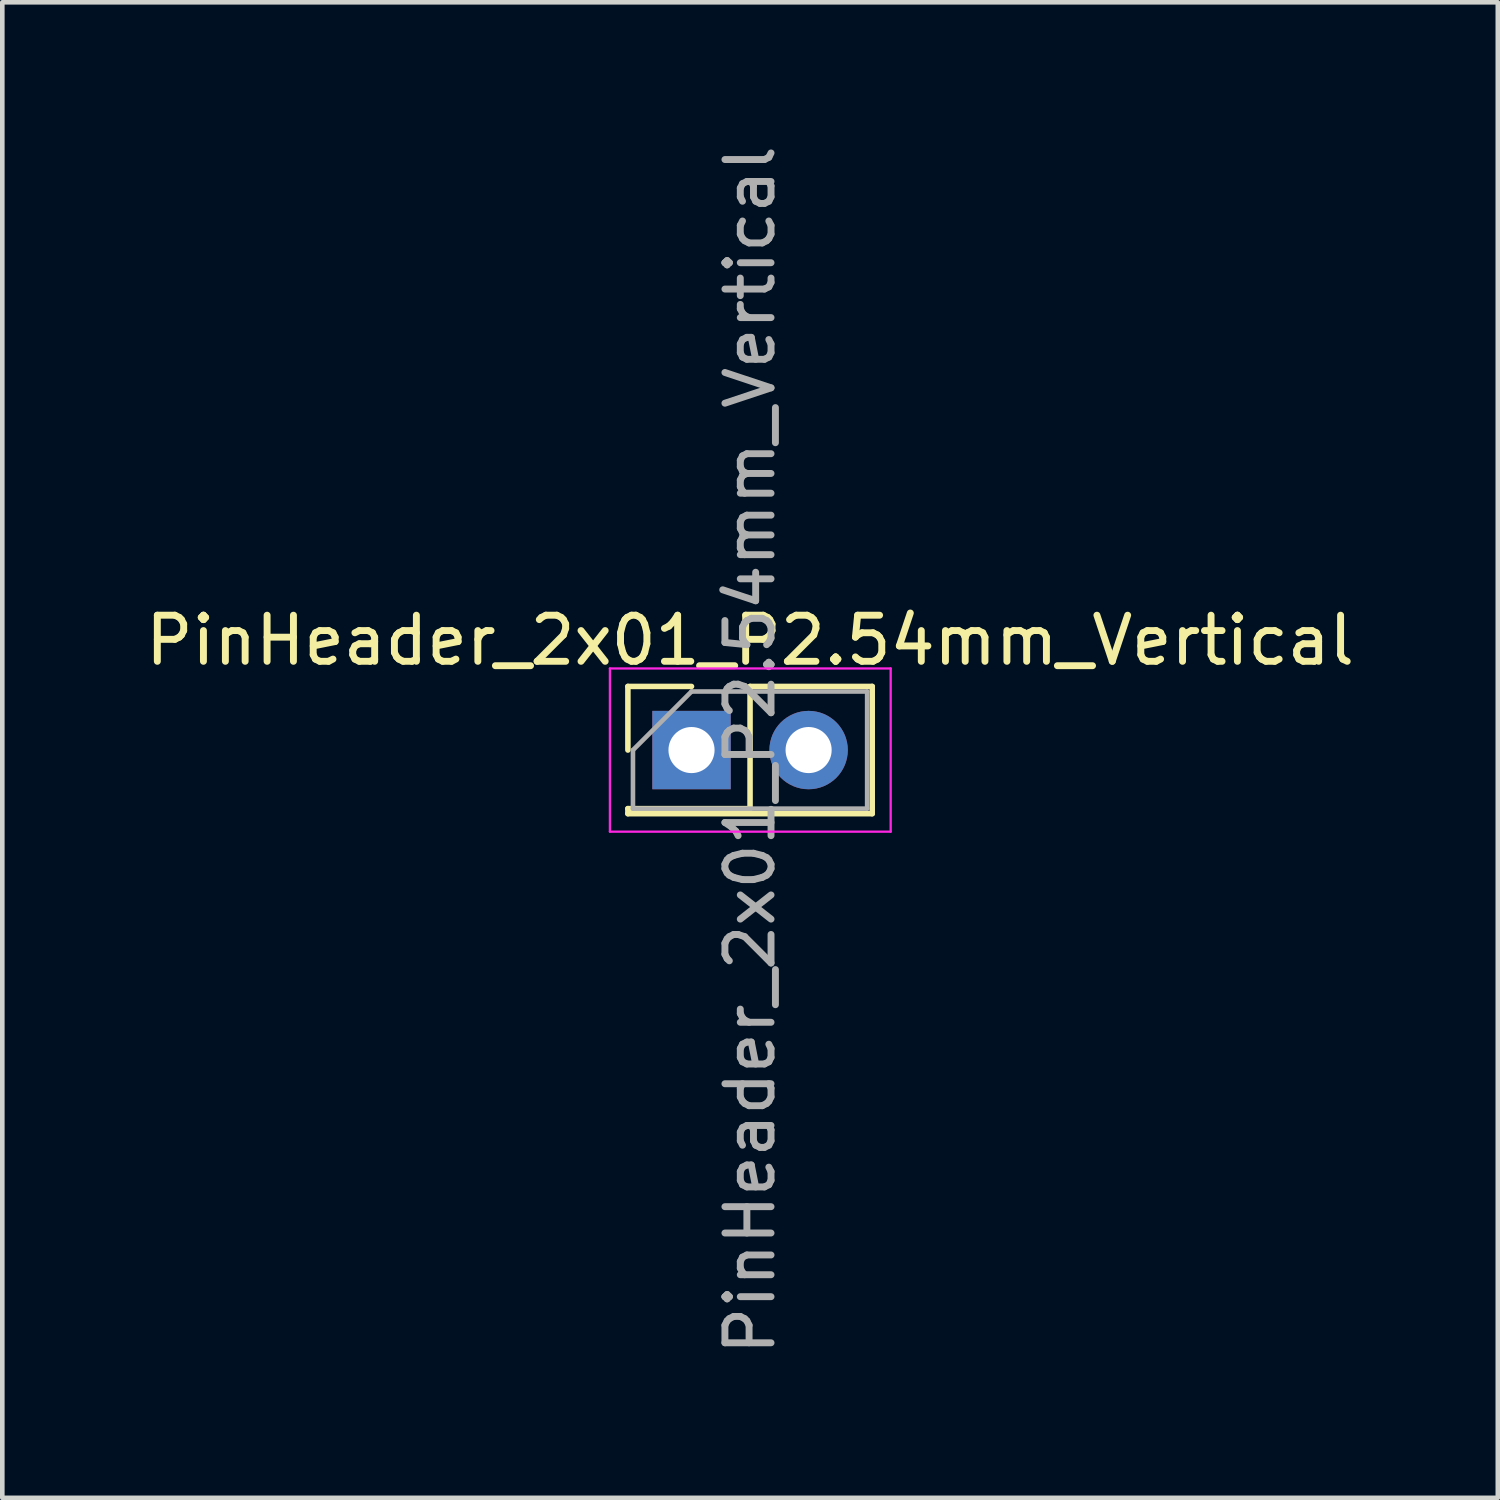
<source format=kicad_pcb>
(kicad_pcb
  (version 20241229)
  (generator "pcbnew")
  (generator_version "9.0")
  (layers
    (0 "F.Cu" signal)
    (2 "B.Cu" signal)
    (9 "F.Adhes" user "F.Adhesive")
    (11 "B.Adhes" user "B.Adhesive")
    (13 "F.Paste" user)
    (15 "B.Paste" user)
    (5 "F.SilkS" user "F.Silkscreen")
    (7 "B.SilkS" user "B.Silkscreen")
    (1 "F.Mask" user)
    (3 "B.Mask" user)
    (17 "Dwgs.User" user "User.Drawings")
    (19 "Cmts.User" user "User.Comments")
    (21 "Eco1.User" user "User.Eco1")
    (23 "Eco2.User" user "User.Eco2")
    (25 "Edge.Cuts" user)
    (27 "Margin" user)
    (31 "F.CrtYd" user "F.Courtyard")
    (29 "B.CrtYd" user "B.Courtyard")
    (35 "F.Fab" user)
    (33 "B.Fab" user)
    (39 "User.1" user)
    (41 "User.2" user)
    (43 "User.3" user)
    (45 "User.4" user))
  (footprint "PinHeader_2x01_P2.54mm_Vertical"
    (layer "F.Cu")
    (at 11.95 13.22)
    (property "Reference" "PinHeader_2x01_P2.54mm_Vertical" (at 1.27 -2.38 0) (layer "F.SilkS") (effects (font (size 1 1) (thickness 0.15))))
    (attr through_hole)
    (fp_line (start -1.38 -1.38) (end 0 -1.38) (stroke (width 0.12) (type solid)) (layer "F.SilkS"))
    (fp_line (start -1.38 0) (end -1.38 -1.38) (stroke (width 0.12) (type solid)) (layer "F.SilkS"))
    (fp_line (start -1.38 1.27) (end -1.38 1.38) (stroke (width 0.12) (type solid)) (layer "F.SilkS"))
    (fp_line (start -1.38 1.27) (end 1.27 1.27) (stroke (width 0.12) (type solid)) (layer "F.SilkS"))
    (fp_line (start -1.38 1.38) (end 3.92 1.38) (stroke (width 0.12) (type solid)) (layer "F.SilkS"))
    (fp_line (start 1.27 -1.38) (end 3.92 -1.38) (stroke (width 0.12) (type solid)) (layer "F.SilkS"))
    (fp_line (start 1.27 1.27) (end 1.27 -1.38) (stroke (width 0.12) (type solid)) (layer "F.SilkS"))
    (fp_line (start 3.92 -1.38) (end 3.92 1.38) (stroke (width 0.12) (type solid)) (layer "F.SilkS"))
    (fp_line (start -1.77 -1.77) (end -1.77 1.77) (stroke (width 0.05) (type solid)) (layer "F.CrtYd"))
    (fp_line (start -1.77 1.77) (end 4.32 1.77) (stroke (width 0.05) (type solid)) (layer "F.CrtYd"))
    (fp_line (start 4.32 -1.77) (end -1.77 -1.77) (stroke (width 0.05) (type solid)) (layer "F.CrtYd"))
    (fp_line (start 4.32 1.77) (end 4.32 -1.77) (stroke (width 0.05) (type solid)) (layer "F.CrtYd"))
    (fp_line (start -1.27 0) (end 0 -1.27) (stroke (width 0.1) (type solid)) (layer "F.Fab"))
    (fp_line (start -1.27 1.27) (end -1.27 0) (stroke (width 0.1) (type solid)) (layer "F.Fab"))
    (fp_line (start 0 -1.27) (end 3.81 -1.27) (stroke (width 0.1) (type solid)) (layer "F.Fab"))
    (fp_line (start 3.81 -1.27) (end 3.81 1.27) (stroke (width 0.1) (type solid)) (layer "F.Fab"))
    (fp_line (start 3.81 1.27) (end -1.27 1.27) (stroke (width 0.1) (type solid)) (layer "F.Fab"))
    (fp_text user "${REFERENCE}" (at 1.27 0 90) (layer "F.Fab") (effects (font (size 1 1) (thickness 0.15))))
    (pad "1" thru_hole rect (at 0 0) (size 1.7 1.7) (drill 1) (layers "*.Cu" "*.Mask"))
    (pad "2" thru_hole circle (at 2.54 0) (size 1.7 1.7) (drill 1) (layers "*.Cu" "*.Mask")))
  (gr_rect
    (start -3 -3)
    (end 29.44 29.44)
    (stroke (width 0.1) (type default))
    (fill no)
    (layer "Edge.Cuts")))
</source>
